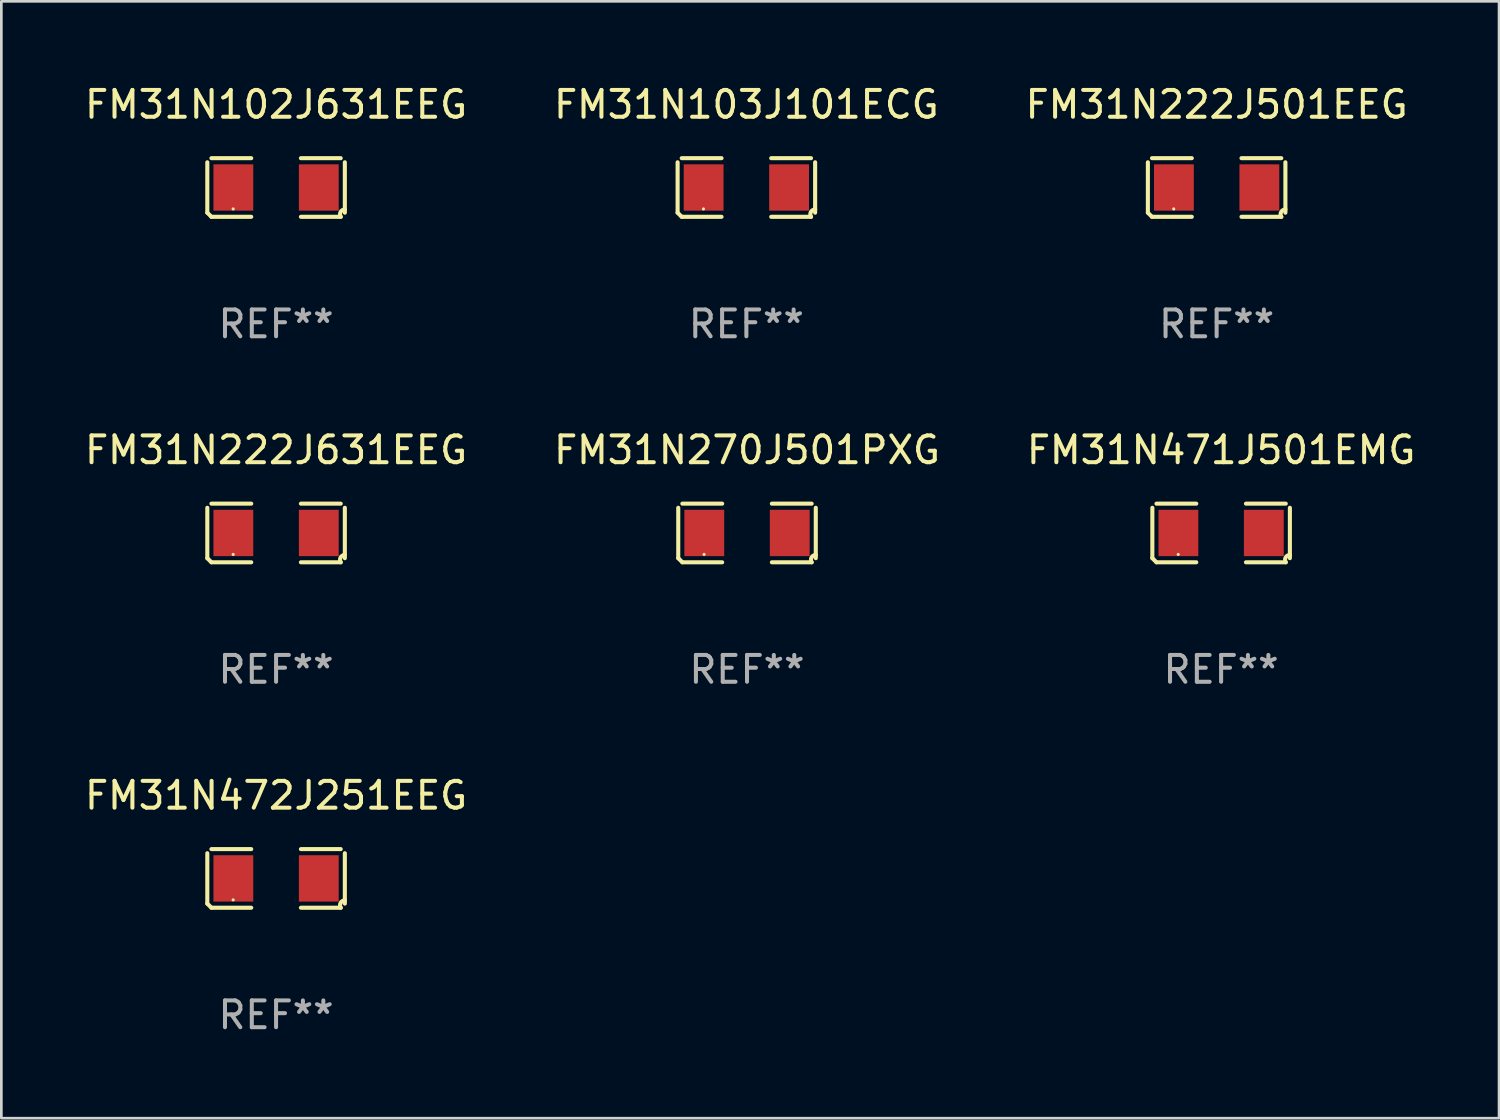
<source format=kicad_pcb>
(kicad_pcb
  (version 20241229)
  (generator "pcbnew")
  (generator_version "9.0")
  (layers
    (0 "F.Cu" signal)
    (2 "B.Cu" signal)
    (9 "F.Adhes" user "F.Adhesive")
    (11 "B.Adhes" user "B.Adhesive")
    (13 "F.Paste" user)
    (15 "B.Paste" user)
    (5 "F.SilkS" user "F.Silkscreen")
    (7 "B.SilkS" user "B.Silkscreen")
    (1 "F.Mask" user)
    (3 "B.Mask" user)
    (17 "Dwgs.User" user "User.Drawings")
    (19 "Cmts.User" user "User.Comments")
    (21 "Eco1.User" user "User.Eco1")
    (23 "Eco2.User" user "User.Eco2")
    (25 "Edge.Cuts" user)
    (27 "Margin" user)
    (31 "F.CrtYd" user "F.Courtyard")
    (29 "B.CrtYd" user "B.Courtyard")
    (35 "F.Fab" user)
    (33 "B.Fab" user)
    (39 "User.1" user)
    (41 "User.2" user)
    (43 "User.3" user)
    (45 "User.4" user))
  (footprint "FM31N472J251EEG"
    (layer "F.Cu")
    (at 7.244 29.704)
    (property "Reference" "FM31N472J251EEG" (at 0 -3.093 0) (layer "F.SilkS") (effects (font (size 1 1) (thickness 0.15))))
    (attr through_hole)
    (fp_line (start -2.564 0.94) (end -2.564 -0.94) (stroke (width 0.152) (type solid)) (layer "F.SilkS"))
    (fp_line (start -2.411 -1.093) (end -0.926 -1.093) (stroke (width 0.152) (type solid)) (layer "F.SilkS"))
    (fp_line (start -0.926 1.093) (end -2.411 1.093) (stroke (width 0.152) (type solid)) (layer "F.SilkS"))
    (fp_line (start 0.926 1.093) (end 2.411 1.093) (stroke (width 0.152) (type solid)) (layer "F.SilkS"))
    (fp_line (start 2.411 -1.093) (end 0.926 -1.093) (stroke (width 0.152) (type solid)) (layer "F.SilkS"))
    (fp_line (start 2.564 0.94) (end 2.564 -0.94) (stroke (width 0.152) (type solid)) (layer "F.SilkS"))
    (fp_arc (start -2.411201 1.092609) (mid -2.487413 1.01642) (end -2.563602 0.940208) (stroke (width 0.1524) (type solid)) (layer "F.SilkS"))
    (fp_arc (start 2.411201 1.092609) (mid 2.407159 0.911226) (end 2.563602 0.819347) (stroke (width 0.1524) (type solid)) (layer "F.SilkS"))
    (fp_circle (center -1.6 0.8) (end -1.57 0.8) (stroke (width 0.06) (type solid)) (fill no) (layer "F.SilkS"))
    (fp_text user "REF**" (at 0 5.093 0) (layer "F.Fab") (effects (font (size 1 1) (thickness 0.15))))
    (pad "1" smd rect (at -1.593 0) (size 1.485 1.728) (layers "F.Cu" "F.Mask" "F.Paste"))
    (pad "2" smd rect (at 1.593 0) (size 1.485 1.728) (layers "F.Cu" "F.Mask" "F.Paste")))
  (footprint "FM31N222J631EEG"
    (layer "F.Cu")
    (at 7.244 16.823)
    (property "Reference" "FM31N222J631EEG" (at 0 -3.093 0) (layer "F.SilkS") (effects (font (size 1 1) (thickness 0.15))))
    (attr through_hole)
    (fp_line (start -2.564 0.94) (end -2.564 -0.94) (stroke (width 0.152) (type solid)) (layer "F.SilkS"))
    (fp_line (start -2.411 -1.093) (end -0.926 -1.093) (stroke (width 0.152) (type solid)) (layer "F.SilkS"))
    (fp_line (start -0.926 1.093) (end -2.411 1.093) (stroke (width 0.152) (type solid)) (layer "F.SilkS"))
    (fp_line (start 0.926 1.093) (end 2.411 1.093) (stroke (width 0.152) (type solid)) (layer "F.SilkS"))
    (fp_line (start 2.411 -1.093) (end 0.926 -1.093) (stroke (width 0.152) (type solid)) (layer "F.SilkS"))
    (fp_line (start 2.564 0.94) (end 2.564 -0.94) (stroke (width 0.152) (type solid)) (layer "F.SilkS"))
    (fp_arc (start -2.411201 1.092609) (mid -2.487413 1.01642) (end -2.563602 0.940208) (stroke (width 0.1524) (type solid)) (layer "F.SilkS"))
    (fp_arc (start 2.411201 1.092609) (mid 2.407159 0.911226) (end 2.563602 0.819347) (stroke (width 0.1524) (type solid)) (layer "F.SilkS"))
    (fp_circle (center -1.6 0.8) (end -1.57 0.8) (stroke (width 0.06) (type solid)) (fill no) (layer "F.SilkS"))
    (fp_text user "REF**" (at 0 5.093 0) (layer "F.Fab") (effects (font (size 1 1) (thickness 0.15))))
    (pad "1" smd rect (at -1.593 0) (size 1.485 1.728) (layers "F.Cu" "F.Mask" "F.Paste"))
    (pad "2" smd rect (at 1.593 0) (size 1.485 1.728) (layers "F.Cu" "F.Mask" "F.Paste")))
  (footprint "FM31N471J501EMG"
    (layer "F.Cu")
    (at 42.482 16.823)
    (property "Reference" "FM31N471J501EMG" (at 0 -3.093 0) (layer "F.SilkS") (effects (font (size 1 1) (thickness 0.15))))
    (attr through_hole)
    (fp_line (start -2.564 0.94) (end -2.564 -0.94) (stroke (width 0.152) (type solid)) (layer "F.SilkS"))
    (fp_line (start -2.411 -1.093) (end -0.926 -1.093) (stroke (width 0.152) (type solid)) (layer "F.SilkS"))
    (fp_line (start -0.926 1.093) (end -2.411 1.093) (stroke (width 0.152) (type solid)) (layer "F.SilkS"))
    (fp_line (start 0.926 1.093) (end 2.411 1.093) (stroke (width 0.152) (type solid)) (layer "F.SilkS"))
    (fp_line (start 2.411 -1.093) (end 0.926 -1.093) (stroke (width 0.152) (type solid)) (layer "F.SilkS"))
    (fp_line (start 2.564 0.94) (end 2.564 -0.94) (stroke (width 0.152) (type solid)) (layer "F.SilkS"))
    (fp_arc (start -2.411201 1.092609) (mid -2.487413 1.01642) (end -2.563602 0.940208) (stroke (width 0.1524) (type solid)) (layer "F.SilkS"))
    (fp_arc (start 2.411201 1.092609) (mid 2.407159 0.911226) (end 2.563602 0.819347) (stroke (width 0.1524) (type solid)) (layer "F.SilkS"))
    (fp_circle (center -1.6 0.8) (end -1.57 0.8) (stroke (width 0.06) (type solid)) (fill no) (layer "F.SilkS"))
    (fp_text user "REF**" (at 0 5.093 0) (layer "F.Fab") (effects (font (size 1 1) (thickness 0.15))))
    (pad "1" smd rect (at -1.593 0) (size 1.485 1.728) (layers "F.Cu" "F.Mask" "F.Paste"))
    (pad "2" smd rect (at 1.593 0) (size 1.485 1.728) (layers "F.Cu" "F.Mask" "F.Paste")))
  (footprint "FM31N103J101ECG"
    (layer "F.Cu")
    (at 24.78 3.941)
    (property "Reference" "FM31N103J101ECG" (at 0 -3.093 0) (layer "F.SilkS") (effects (font (size 1 1) (thickness 0.15))))
    (attr through_hole)
    (fp_line (start -2.564 0.94) (end -2.564 -0.94) (stroke (width 0.152) (type solid)) (layer "F.SilkS"))
    (fp_line (start -2.411 -1.093) (end -0.926 -1.093) (stroke (width 0.152) (type solid)) (layer "F.SilkS"))
    (fp_line (start -0.926 1.093) (end -2.411 1.093) (stroke (width 0.152) (type solid)) (layer "F.SilkS"))
    (fp_line (start 0.926 1.093) (end 2.411 1.093) (stroke (width 0.152) (type solid)) (layer "F.SilkS"))
    (fp_line (start 2.411 -1.093) (end 0.926 -1.093) (stroke (width 0.152) (type solid)) (layer "F.SilkS"))
    (fp_line (start 2.564 0.94) (end 2.564 -0.94) (stroke (width 0.152) (type solid)) (layer "F.SilkS"))
    (fp_arc (start -2.411201 1.092609) (mid -2.487413 1.01642) (end -2.563602 0.940208) (stroke (width 0.1524) (type solid)) (layer "F.SilkS"))
    (fp_arc (start 2.411201 1.092609) (mid 2.407159 0.911226) (end 2.563602 0.819347) (stroke (width 0.1524) (type solid)) (layer "F.SilkS"))
    (fp_circle (center -1.6 0.8) (end -1.57 0.8) (stroke (width 0.06) (type solid)) (fill no) (layer "F.SilkS"))
    (fp_text user "REF**" (at 0 5.093 0) (layer "F.Fab") (effects (font (size 1 1) (thickness 0.15))))
    (pad "1" smd rect (at -1.593 0) (size 1.485 1.728) (layers "F.Cu" "F.Mask" "F.Paste"))
    (pad "2" smd rect (at 1.593 0) (size 1.485 1.728) (layers "F.Cu" "F.Mask" "F.Paste")))
  (footprint "FM31N102J631EEG"
    (layer "F.Cu")
    (at 7.244 3.941)
    (property "Reference" "FM31N102J631EEG" (at 0 -3.093 0) (layer "F.SilkS") (effects (font (size 1 1) (thickness 0.15))))
    (attr through_hole)
    (fp_line (start -2.564 0.94) (end -2.564 -0.94) (stroke (width 0.152) (type solid)) (layer "F.SilkS"))
    (fp_line (start -2.411 -1.093) (end -0.926 -1.093) (stroke (width 0.152) (type solid)) (layer "F.SilkS"))
    (fp_line (start -0.926 1.093) (end -2.411 1.093) (stroke (width 0.152) (type solid)) (layer "F.SilkS"))
    (fp_line (start 0.926 1.093) (end 2.411 1.093) (stroke (width 0.152) (type solid)) (layer "F.SilkS"))
    (fp_line (start 2.411 -1.093) (end 0.926 -1.093) (stroke (width 0.152) (type solid)) (layer "F.SilkS"))
    (fp_line (start 2.564 0.94) (end 2.564 -0.94) (stroke (width 0.152) (type solid)) (layer "F.SilkS"))
    (fp_arc (start -2.411201 1.092609) (mid -2.487413 1.01642) (end -2.563602 0.940208) (stroke (width 0.1524) (type solid)) (layer "F.SilkS"))
    (fp_arc (start 2.411201 1.092609) (mid 2.407159 0.911226) (end 2.563602 0.819347) (stroke (width 0.1524) (type solid)) (layer "F.SilkS"))
    (fp_circle (center -1.6 0.8) (end -1.57 0.8) (stroke (width 0.06) (type solid)) (fill no) (layer "F.SilkS"))
    (fp_text user "REF**" (at 0 5.093 0) (layer "F.Fab") (effects (font (size 1 1) (thickness 0.15))))
    (pad "1" smd rect (at -1.593 0) (size 1.485 1.728) (layers "F.Cu" "F.Mask" "F.Paste"))
    (pad "2" smd rect (at 1.593 0) (size 1.485 1.728) (layers "F.Cu" "F.Mask" "F.Paste")))
  (footprint "FM31N270J501PXG"
    (layer "F.Cu")
    (at 24.804 16.823)
    (property "Reference" "FM31N270J501PXG" (at 0 -3.093 0) (layer "F.SilkS") (effects (font (size 1 1) (thickness 0.15))))
    (attr through_hole)
    (fp_line (start -2.564 0.94) (end -2.564 -0.94) (stroke (width 0.152) (type solid)) (layer "F.SilkS"))
    (fp_line (start -2.411 -1.093) (end -0.926 -1.093) (stroke (width 0.152) (type solid)) (layer "F.SilkS"))
    (fp_line (start -0.926 1.093) (end -2.411 1.093) (stroke (width 0.152) (type solid)) (layer "F.SilkS"))
    (fp_line (start 0.926 1.093) (end 2.411 1.093) (stroke (width 0.152) (type solid)) (layer "F.SilkS"))
    (fp_line (start 2.411 -1.093) (end 0.926 -1.093) (stroke (width 0.152) (type solid)) (layer "F.SilkS"))
    (fp_line (start 2.564 0.94) (end 2.564 -0.94) (stroke (width 0.152) (type solid)) (layer "F.SilkS"))
    (fp_arc (start -2.411201 1.092609) (mid -2.487413 1.01642) (end -2.563602 0.940208) (stroke (width 0.1524) (type solid)) (layer "F.SilkS"))
    (fp_arc (start 2.411201 1.092609) (mid 2.407159 0.911226) (end 2.563602 0.819347) (stroke (width 0.1524) (type solid)) (layer "F.SilkS"))
    (fp_circle (center -1.6 0.8) (end -1.57 0.8) (stroke (width 0.06) (type solid)) (fill no) (layer "F.SilkS"))
    (fp_text user "REF**" (at 0 5.093 0) (layer "F.Fab") (effects (font (size 1 1) (thickness 0.15))))
    (pad "1" smd rect (at -1.593 0) (size 1.485 1.728) (layers "F.Cu" "F.Mask" "F.Paste"))
    (pad "2" smd rect (at 1.593 0) (size 1.485 1.728) (layers "F.Cu" "F.Mask" "F.Paste")))
  (footprint "FM31N222J501EEG"
    (layer "F.Cu")
    (at 42.315 3.941)
    (property "Reference" "FM31N222J501EEG" (at 0 -3.093 0) (layer "F.SilkS") (effects (font (size 1 1) (thickness 0.15))))
    (attr through_hole)
    (fp_line (start -2.564 0.94) (end -2.564 -0.94) (stroke (width 0.152) (type solid)) (layer "F.SilkS"))
    (fp_line (start -2.411 -1.093) (end -0.926 -1.093) (stroke (width 0.152) (type solid)) (layer "F.SilkS"))
    (fp_line (start -0.926 1.093) (end -2.411 1.093) (stroke (width 0.152) (type solid)) (layer "F.SilkS"))
    (fp_line (start 0.926 1.093) (end 2.411 1.093) (stroke (width 0.152) (type solid)) (layer "F.SilkS"))
    (fp_line (start 2.411 -1.093) (end 0.926 -1.093) (stroke (width 0.152) (type solid)) (layer "F.SilkS"))
    (fp_line (start 2.564 0.94) (end 2.564 -0.94) (stroke (width 0.152) (type solid)) (layer "F.SilkS"))
    (fp_arc (start -2.411201 1.092609) (mid -2.487413 1.01642) (end -2.563602 0.940208) (stroke (width 0.1524) (type solid)) (layer "F.SilkS"))
    (fp_arc (start 2.411201 1.092609) (mid 2.407159 0.911226) (end 2.563602 0.819347) (stroke (width 0.1524) (type solid)) (layer "F.SilkS"))
    (fp_circle (center -1.6 0.8) (end -1.57 0.8) (stroke (width 0.06) (type solid)) (fill no) (layer "F.SilkS"))
    (fp_text user "REF**" (at 0 5.093 0) (layer "F.Fab") (effects (font (size 1 1) (thickness 0.15))))
    (pad "1" smd rect (at -1.593 0) (size 1.485 1.728) (layers "F.Cu" "F.Mask" "F.Paste"))
    (pad "2" smd rect (at 1.593 0) (size 1.485 1.728) (layers "F.Cu" "F.Mask" "F.Paste")))
  (gr_rect
    (start -3 -3)
    (end 52.845 38.645)
    (stroke (width 0.1) (type default))
    (fill no)
    (layer "Edge.Cuts")))
</source>
